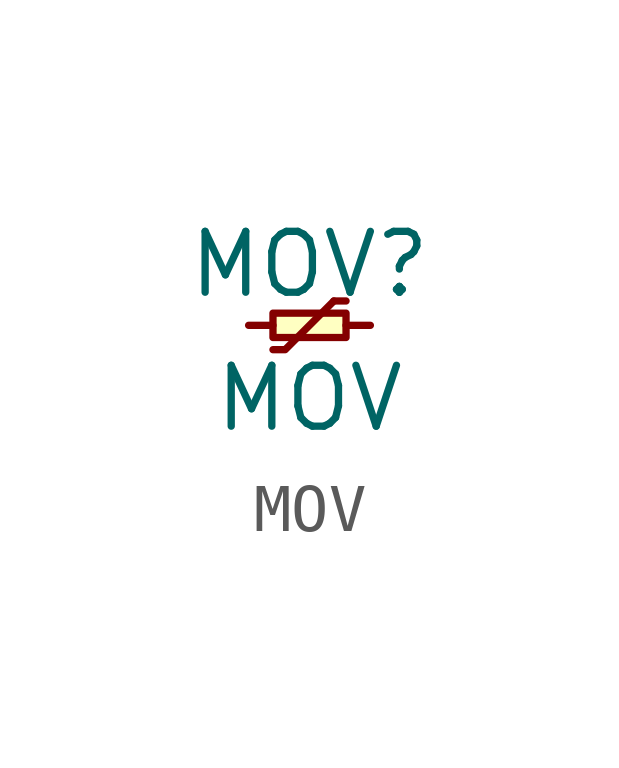
<source format=kicad_sym>
(kicad_symbol_lib
  (version 20211014)
  (generator kicad_symbol_editor)
  (symbol "MOV"
    (pin_numbers hide)
    (pin_names
      (offset 1.016) hide)
    (property "Reference" "MOV"
      (at 1.27 1.27 0)
      (effects (font (size 1.27 1.27))))
    (property "Value" "MOV"
      (at 1.27 -1.524 0)
      (effects (font (size 1.27 1.27))))
    (symbol "MOV_0_1"
      (polyline (pts (xy 1.778 0.508) (xy 2.032 0.508)) (stroke (width 0) (type default) (color 0 0 0 0)) (fill (type none)))
      (polyline (pts (xy 0.508 -0.508) (xy 0.762 -0.508) (xy 1.778 0.508)) (stroke (width 0) (type default) (color 0 0 0 0)) (fill (type none)))
      (rectangle (start 0.508 0.254) (end 2.032 -0.254) (stroke (width 0) (type default) (color 0 0 0 0)) (fill (type background))))
    (symbol "MOV_1_1"
      (pin passive line (at 0 0 0) (length 0.508) (name "~" (effects (font (size 1.27 1.27)))) (number "1" (effects (font (size 1.27 1.27)))))
      (pin passive line (at 2.54 0 180) (length 0.508) (name "~" (effects (font (size 1.27 1.27)))) (number "2" (effects (font (size 1.27 1.27))))))))
</source>
